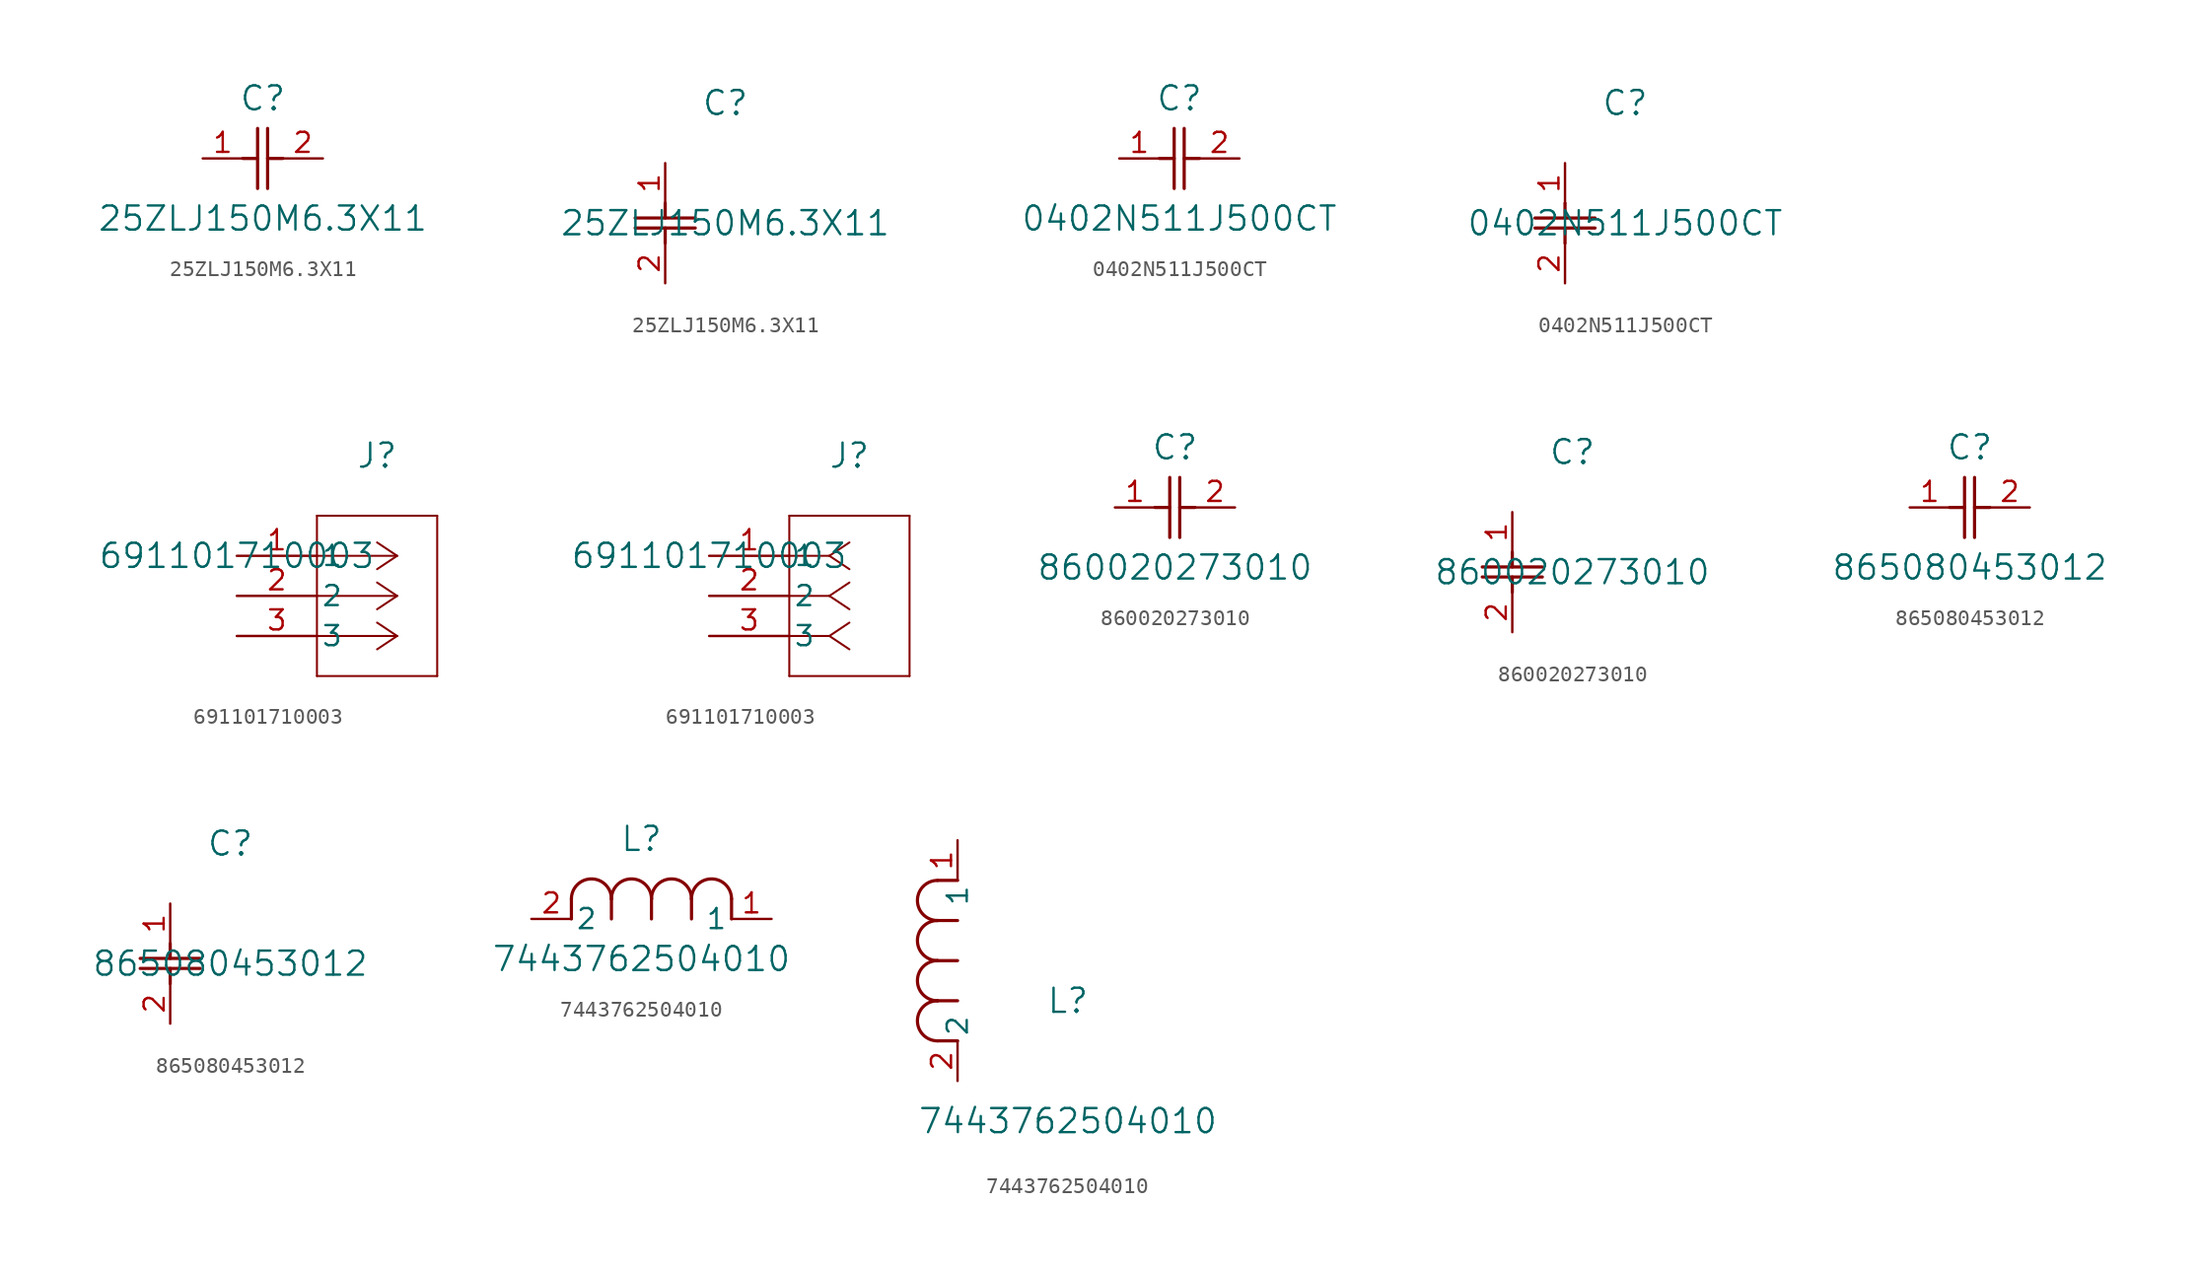
<source format=kicad_sym>
(kicad_symbol_lib
  (version 20211014)
  (generator kicad_symbol_editor)
  (symbol "25ZLJ150M6.3X11"
    (pin_names
      (offset 0.254))
    (property "Reference" "C"
      (at 3.81 3.81 0)
      (effects (font (size 1.524 1.524))))
    (property "Value" "25ZLJ150M6.3X11"
      (at 3.81 -3.81 0)
      (effects (font (size 1.524 1.524))))
    (symbol "25ZLJ150M6.3X11_1_1"
      (polyline (pts (xy 3.48 -1.905) (xy 3.48 1.905)) (stroke (width 0.203) (type default) (color 0 0 0 0)) (fill (type none)))
      (polyline (pts (xy 4.115 -1.905) (xy 4.115 1.905)) (stroke (width 0.203) (type default) (color 0 0 0 0)) (fill (type none)))
      (polyline (pts (xy 4.115 0) (xy 5.08 0)) (stroke (width 0.203) (type default) (color 0 0 0 0)) (fill (type none)))
      (polyline (pts (xy 2.54 0) (xy 3.48 0)) (stroke (width 0.203) (type default) (color 0 0 0 0)) (fill (type none)))
      (pin unspecified line (at 0 0 0) (length 2.54) (name "" (effects (font (size 1.27 1.27)))) (number "1" (effects (font (size 1.27 1.27)))))
      (pin unspecified line (at 7.62 0 180) (length 2.54) (name "" (effects (font (size 1.27 1.27)))) (number "2" (effects (font (size 1.27 1.27))))))
    (symbol "25ZLJ150M6.3X11_1_2"
      (polyline (pts (xy -1.905 -3.48) (xy 1.905 -3.48)) (stroke (width 0.203) (type default) (color 0 0 0 0)) (fill (type none)))
      (polyline (pts (xy -1.905 -4.115) (xy 1.905 -4.115)) (stroke (width 0.203) (type default) (color 0 0 0 0)) (fill (type none)))
      (polyline (pts (xy 0 -4.115) (xy 0 -5.08)) (stroke (width 0.203) (type default) (color 0 0 0 0)) (fill (type none)))
      (polyline (pts (xy 0 -2.54) (xy 0 -3.48)) (stroke (width 0.203) (type default) (color 0 0 0 0)) (fill (type none)))
      (pin unspecified line (at 0 0 270) (length 2.54) (name "" (effects (font (size 1.27 1.27)))) (number "1" (effects (font (size 1.27 1.27)))))
      (pin unspecified line (at 0 -7.62 90) (length 2.54) (name "" (effects (font (size 1.27 1.27)))) (number "2" (effects (font (size 1.27 1.27)))))))
  (symbol "0402N511J500CT"
    (pin_names
      (offset 0.254))
    (property "Reference" "C"
      (at 3.81 3.81 0)
      (effects (font (size 1.524 1.524))))
    (property "Value" "0402N511J500CT"
      (at 3.81 -3.81 0)
      (effects (font (size 1.524 1.524))))
    (symbol "0402N511J500CT_1_1"
      (polyline (pts (xy 3.48 -1.905) (xy 3.48 1.905)) (stroke (width 0.203) (type default) (color 0 0 0 0)) (fill (type none)))
      (polyline (pts (xy 4.115 -1.905) (xy 4.115 1.905)) (stroke (width 0.203) (type default) (color 0 0 0 0)) (fill (type none)))
      (polyline (pts (xy 4.115 0) (xy 5.08 0)) (stroke (width 0.203) (type default) (color 0 0 0 0)) (fill (type none)))
      (polyline (pts (xy 2.54 0) (xy 3.48 0)) (stroke (width 0.203) (type default) (color 0 0 0 0)) (fill (type none)))
      (pin unspecified line (at 0 0 0) (length 2.54) (name "" (effects (font (size 1.27 1.27)))) (number "1" (effects (font (size 1.27 1.27)))))
      (pin unspecified line (at 7.62 0 180) (length 2.54) (name "" (effects (font (size 1.27 1.27)))) (number "2" (effects (font (size 1.27 1.27))))))
    (symbol "0402N511J500CT_1_2"
      (polyline (pts (xy -1.905 -3.48) (xy 1.905 -3.48)) (stroke (width 0.203) (type default) (color 0 0 0 0)) (fill (type none)))
      (polyline (pts (xy -1.905 -4.115) (xy 1.905 -4.115)) (stroke (width 0.203) (type default) (color 0 0 0 0)) (fill (type none)))
      (polyline (pts (xy 0 -4.115) (xy 0 -5.08)) (stroke (width 0.203) (type default) (color 0 0 0 0)) (fill (type none)))
      (polyline (pts (xy 0 -2.54) (xy 0 -3.48)) (stroke (width 0.203) (type default) (color 0 0 0 0)) (fill (type none)))
      (pin unspecified line (at 0 0 270) (length 2.54) (name "" (effects (font (size 1.27 1.27)))) (number "1" (effects (font (size 1.27 1.27)))))
      (pin unspecified line (at 0 -7.62 90) (length 2.54) (name "" (effects (font (size 1.27 1.27)))) (number "2" (effects (font (size 1.27 1.27)))))))
  (symbol "691101710003"
    (pin_names
      (offset 0.254))
    (property "Reference" "J"
      (at 8.89 6.35 0)
      (effects (font (size 1.524 1.524))))
    (property "Value" "691101710003"
      (at 0 0 0)
      (effects (font (size 1.524 1.524))))
    (symbol "691101710003_1_1"
      (polyline (pts (xy 10.16 0) (xy 5.08 0)) (stroke (width 0.127) (type default) (color 0 0 0 0)) (fill (type none)))
      (polyline (pts (xy 10.16 -2.54) (xy 5.08 -2.54)) (stroke (width 0.127) (type default) (color 0 0 0 0)) (fill (type none)))
      (polyline (pts (xy 10.16 -5.08) (xy 5.08 -5.08)) (stroke (width 0.127) (type default) (color 0 0 0 0)) (fill (type none)))
      (polyline (pts (xy 10.16 0) (xy 8.89 0.847)) (stroke (width 0.127) (type default) (color 0 0 0 0)) (fill (type none)))
      (polyline (pts (xy 10.16 -2.54) (xy 8.89 -1.693)) (stroke (width 0.127) (type default) (color 0 0 0 0)) (fill (type none)))
      (polyline (pts (xy 10.16 -5.08) (xy 8.89 -4.233)) (stroke (width 0.127) (type default) (color 0 0 0 0)) (fill (type none)))
      (polyline (pts (xy 10.16 0) (xy 8.89 -0.847)) (stroke (width 0.127) (type default) (color 0 0 0 0)) (fill (type none)))
      (polyline (pts (xy 10.16 -2.54) (xy 8.89 -3.387)) (stroke (width 0.127) (type default) (color 0 0 0 0)) (fill (type none)))
      (polyline (pts (xy 10.16 -5.08) (xy 8.89 -5.927)) (stroke (width 0.127) (type default) (color 0 0 0 0)) (fill (type none)))
      (polyline (pts (xy 5.08 2.54) (xy 5.08 -7.62)) (stroke (width 0.127) (type default) (color 0 0 0 0)) (fill (type none)))
      (polyline (pts (xy 5.08 -7.62) (xy 12.7 -7.62)) (stroke (width 0.127) (type default) (color 0 0 0 0)) (fill (type none)))
      (polyline (pts (xy 12.7 -7.62) (xy 12.7 2.54)) (stroke (width 0.127) (type default) (color 0 0 0 0)) (fill (type none)))
      (polyline (pts (xy 12.7 2.54) (xy 5.08 2.54)) (stroke (width 0.127) (type default) (color 0 0 0 0)) (fill (type none)))
      (pin unspecified line (at 0 0 0) (length 5.08) (name "1" (effects (font (size 1.27 1.27)))) (number "1" (effects (font (size 1.27 1.27)))))
      (pin unspecified line (at 0 -2.54 0) (length 5.08) (name "2" (effects (font (size 1.27 1.27)))) (number "2" (effects (font (size 1.27 1.27)))))
      (pin unspecified line (at 0 -5.08 0) (length 5.08) (name "3" (effects (font (size 1.27 1.27)))) (number "3" (effects (font (size 1.27 1.27))))))
    (symbol "691101710003_1_2"
      (polyline (pts (xy 7.62 0) (xy 5.08 0)) (stroke (width 0.127) (type default) (color 0 0 0 0)) (fill (type none)))
      (polyline (pts (xy 7.62 -2.54) (xy 5.08 -2.54)) (stroke (width 0.127) (type default) (color 0 0 0 0)) (fill (type none)))
      (polyline (pts (xy 7.62 -5.08) (xy 5.08 -5.08)) (stroke (width 0.127) (type default) (color 0 0 0 0)) (fill (type none)))
      (polyline (pts (xy 7.62 0) (xy 8.89 0.847)) (stroke (width 0.127) (type default) (color 0 0 0 0)) (fill (type none)))
      (polyline (pts (xy 7.62 -2.54) (xy 8.89 -1.693)) (stroke (width 0.127) (type default) (color 0 0 0 0)) (fill (type none)))
      (polyline (pts (xy 7.62 -5.08) (xy 8.89 -4.233)) (stroke (width 0.127) (type default) (color 0 0 0 0)) (fill (type none)))
      (polyline (pts (xy 7.62 0) (xy 8.89 -0.847)) (stroke (width 0.127) (type default) (color 0 0 0 0)) (fill (type none)))
      (polyline (pts (xy 7.62 -2.54) (xy 8.89 -3.387)) (stroke (width 0.127) (type default) (color 0 0 0 0)) (fill (type none)))
      (polyline (pts (xy 7.62 -5.08) (xy 8.89 -5.927)) (stroke (width 0.127) (type default) (color 0 0 0 0)) (fill (type none)))
      (polyline (pts (xy 5.08 2.54) (xy 5.08 -7.62)) (stroke (width 0.127) (type default) (color 0 0 0 0)) (fill (type none)))
      (polyline (pts (xy 5.08 -7.62) (xy 12.7 -7.62)) (stroke (width 0.127) (type default) (color 0 0 0 0)) (fill (type none)))
      (polyline (pts (xy 12.7 -7.62) (xy 12.7 2.54)) (stroke (width 0.127) (type default) (color 0 0 0 0)) (fill (type none)))
      (polyline (pts (xy 12.7 2.54) (xy 5.08 2.54)) (stroke (width 0.127) (type default) (color 0 0 0 0)) (fill (type none)))
      (pin unspecified line (at 0 0 0) (length 5.08) (name "1" (effects (font (size 1.27 1.27)))) (number "1" (effects (font (size 1.27 1.27)))))
      (pin unspecified line (at 0 -2.54 0) (length 5.08) (name "2" (effects (font (size 1.27 1.27)))) (number "2" (effects (font (size 1.27 1.27)))))
      (pin unspecified line (at 0 -5.08 0) (length 5.08) (name "3" (effects (font (size 1.27 1.27)))) (number "3" (effects (font (size 1.27 1.27)))))))
  (symbol "860020273010"
    (pin_names
      (offset 0.254))
    (property "Reference" "C"
      (at 3.81 3.81 0)
      (effects (font (size 1.524 1.524))))
    (property "Value" "860020273010"
      (at 3.81 -3.81 0)
      (effects (font (size 1.524 1.524))))
    (symbol "860020273010_1_1"
      (polyline (pts (xy 3.48 -1.905) (xy 3.48 1.905)) (stroke (width 0.203) (type default) (color 0 0 0 0)) (fill (type none)))
      (polyline (pts (xy 4.115 -1.905) (xy 4.115 1.905)) (stroke (width 0.203) (type default) (color 0 0 0 0)) (fill (type none)))
      (polyline (pts (xy 4.115 0) (xy 5.08 0)) (stroke (width 0.203) (type default) (color 0 0 0 0)) (fill (type none)))
      (polyline (pts (xy 2.54 0) (xy 3.48 0)) (stroke (width 0.203) (type default) (color 0 0 0 0)) (fill (type none)))
      (pin unspecified line (at 0 0 0) (length 2.54) (name "" (effects (font (size 1.27 1.27)))) (number "1" (effects (font (size 1.27 1.27)))))
      (pin unspecified line (at 7.62 0 180) (length 2.54) (name "" (effects (font (size 1.27 1.27)))) (number "2" (effects (font (size 1.27 1.27))))))
    (symbol "860020273010_1_2"
      (polyline (pts (xy -1.905 -3.48) (xy 1.905 -3.48)) (stroke (width 0.203) (type default) (color 0 0 0 0)) (fill (type none)))
      (polyline (pts (xy -1.905 -4.115) (xy 1.905 -4.115)) (stroke (width 0.203) (type default) (color 0 0 0 0)) (fill (type none)))
      (polyline (pts (xy 0 -4.115) (xy 0 -5.08)) (stroke (width 0.203) (type default) (color 0 0 0 0)) (fill (type none)))
      (polyline (pts (xy 0 -2.54) (xy 0 -3.48)) (stroke (width 0.203) (type default) (color 0 0 0 0)) (fill (type none)))
      (pin unspecified line (at 0 0 270) (length 2.54) (name "" (effects (font (size 1.27 1.27)))) (number "1" (effects (font (size 1.27 1.27)))))
      (pin unspecified line (at 0 -7.62 90) (length 2.54) (name "" (effects (font (size 1.27 1.27)))) (number "2" (effects (font (size 1.27 1.27)))))))
  (symbol "865080453012"
    (pin_names
      (offset 0.254))
    (property "Reference" "C"
      (at 3.81 3.81 0)
      (effects (font (size 1.524 1.524))))
    (property "Value" "865080453012"
      (at 3.81 -3.81 0)
      (effects (font (size 1.524 1.524))))
    (symbol "865080453012_1_1"
      (polyline (pts (xy 3.48 -1.905) (xy 3.48 1.905)) (stroke (width 0.203) (type default) (color 0 0 0 0)) (fill (type none)))
      (polyline (pts (xy 4.115 -1.905) (xy 4.115 1.905)) (stroke (width 0.203) (type default) (color 0 0 0 0)) (fill (type none)))
      (polyline (pts (xy 4.115 0) (xy 5.08 0)) (stroke (width 0.203) (type default) (color 0 0 0 0)) (fill (type none)))
      (polyline (pts (xy 2.54 0) (xy 3.48 0)) (stroke (width 0.203) (type default) (color 0 0 0 0)) (fill (type none)))
      (pin unspecified line (at 0 0 0) (length 2.54) (name "" (effects (font (size 1.27 1.27)))) (number "1" (effects (font (size 1.27 1.27)))))
      (pin unspecified line (at 7.62 0 180) (length 2.54) (name "" (effects (font (size 1.27 1.27)))) (number "2" (effects (font (size 1.27 1.27))))))
    (symbol "865080453012_1_2"
      (polyline (pts (xy -1.905 -3.48) (xy 1.905 -3.48)) (stroke (width 0.203) (type default) (color 0 0 0 0)) (fill (type none)))
      (polyline (pts (xy -1.905 -4.115) (xy 1.905 -4.115)) (stroke (width 0.203) (type default) (color 0 0 0 0)) (fill (type none)))
      (polyline (pts (xy 0 -4.115) (xy 0 -5.08)) (stroke (width 0.203) (type default) (color 0 0 0 0)) (fill (type none)))
      (polyline (pts (xy 0 -2.54) (xy 0 -3.48)) (stroke (width 0.203) (type default) (color 0 0 0 0)) (fill (type none)))
      (pin unspecified line (at 0 0 270) (length 2.54) (name "" (effects (font (size 1.27 1.27)))) (number "1" (effects (font (size 1.27 1.27)))))
      (pin unspecified line (at 0 -7.62 90) (length 2.54) (name "" (effects (font (size 1.27 1.27)))) (number "2" (effects (font (size 1.27 1.27)))))))
  (symbol "7443762504010"
    (pin_names
      (offset 0.254))
    (property "Reference" "L"
      (at 6.985 5.08 0)
      (effects (font (size 1.524 1.524))))
    (property "Value" "7443762504010"
      (at 6.985 -2.54 0)
      (effects (font (size 1.524 1.524))))
    (symbol "7443762504010_1_1"
      (arc (start 7.62 1.27) (mid 6.35 2.54) (end 5.08 1.27) (stroke (width 0.2032) (type default) (color 0 0 0 0)) (fill (type none)))
      (polyline (pts (xy 5.08 0) (xy 5.08 1.27)) (stroke (width 0.203) (type default) (color 0 0 0 0)) (fill (type none)))
      (polyline (pts (xy 7.62 0) (xy 7.62 1.27)) (stroke (width 0.203) (type default) (color 0 0 0 0)) (fill (type none)))
      (polyline (pts (xy 12.7 0) (xy 12.7 1.27)) (stroke (width 0.203) (type default) (color 0 0 0 0)) (fill (type none)))
      (arc (start 5.08 1.27) (mid 3.81 2.54) (end 2.54 1.27) (stroke (width 0.2032) (type default) (color 0 0 0 0)) (fill (type none)))
      (arc (start 10.16 1.27) (mid 8.89 2.54) (end 7.62 1.27) (stroke (width 0.2032) (type default) (color 0 0 0 0)) (fill (type none)))
      (arc (start 12.7 1.27) (mid 11.43 2.54) (end 10.16 1.27) (stroke (width 0.2032) (type default) (color 0 0 0 0)) (fill (type none)))
      (polyline (pts (xy 2.54 0) (xy 2.54 1.27)) (stroke (width 0.203) (type default) (color 0 0 0 0)) (fill (type none)))
      (polyline (pts (xy 10.16 0) (xy 10.16 1.27)) (stroke (width 0.203) (type default) (color 0 0 0 0)) (fill (type none)))
      (pin unspecified line (at 0 0 0) (length 2.54) (name "2" (effects (font (size 1.27 1.27)))) (number "2" (effects (font (size 1.27 1.27)))))
      (pin unspecified line (at 15.24 0 180) (length 2.54) (name "1" (effects (font (size 1.27 1.27)))) (number "1" (effects (font (size 1.27 1.27))))))
    (symbol "7443762504010_1_2"
      (arc (start -1.27 7.62) (mid -2.54 6.35) (end -1.27 5.08) (stroke (width 0.2032) (type default) (color 0 0 0 0)) (fill (type none)))
      (arc (start -1.27 5.08) (mid -2.54 3.81) (end -1.27 2.54) (stroke (width 0.2032) (type default) (color 0 0 0 0)) (fill (type none)))
      (arc (start -1.27 12.7) (mid -2.54 11.43) (end -1.27 10.16) (stroke (width 0.2032) (type default) (color 0 0 0 0)) (fill (type none)))
      (arc (start -1.27 10.16) (mid -2.54 8.89) (end -1.27 7.62) (stroke (width 0.2032) (type default) (color 0 0 0 0)) (fill (type none)))
      (polyline (pts (xy 0 7.62) (xy -1.27 7.62)) (stroke (width 0.203) (type default) (color 0 0 0 0)) (fill (type none)))
      (polyline (pts (xy 0 5.08) (xy -1.27 5.08)) (stroke (width 0.203) (type default) (color 0 0 0 0)) (fill (type none)))
      (polyline (pts (xy 0 12.7) (xy -1.27 12.7)) (stroke (width 0.203) (type default) (color 0 0 0 0)) (fill (type none)))
      (polyline (pts (xy 0 2.54) (xy -1.27 2.54)) (stroke (width 0.203) (type default) (color 0 0 0 0)) (fill (type none)))
      (polyline (pts (xy 0 10.16) (xy -1.27 10.16)) (stroke (width 0.203) (type default) (color 0 0 0 0)) (fill (type none)))
      (pin unspecified line (at 0 0 90) (length 2.54) (name "2" (effects (font (size 1.27 1.27)))) (number "2" (effects (font (size 1.27 1.27)))))
      (pin unspecified line (at 0 15.24 270) (length 2.54) (name "1" (effects (font (size 1.27 1.27)))) (number "1" (effects (font (size 1.27 1.27))))))))
</source>
